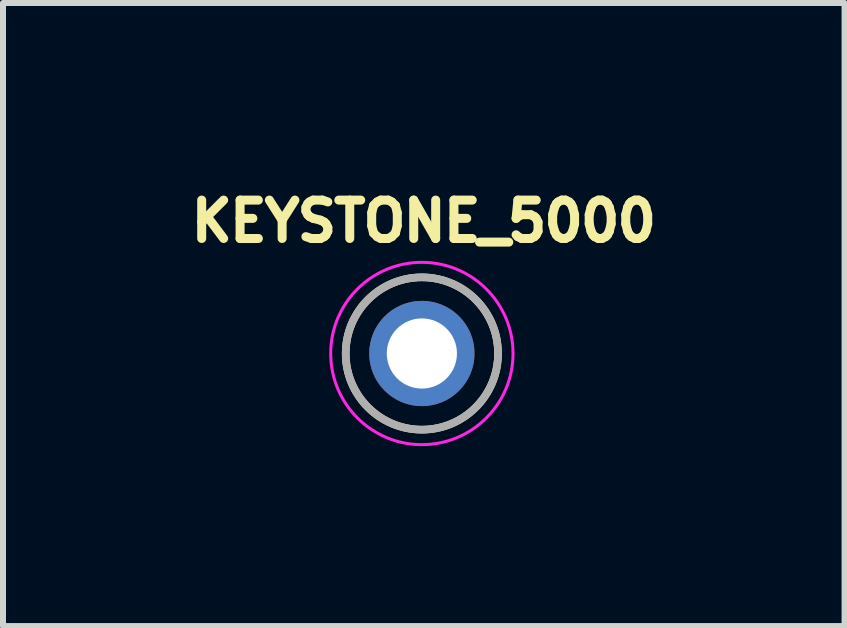
<source format=kicad_pcb>
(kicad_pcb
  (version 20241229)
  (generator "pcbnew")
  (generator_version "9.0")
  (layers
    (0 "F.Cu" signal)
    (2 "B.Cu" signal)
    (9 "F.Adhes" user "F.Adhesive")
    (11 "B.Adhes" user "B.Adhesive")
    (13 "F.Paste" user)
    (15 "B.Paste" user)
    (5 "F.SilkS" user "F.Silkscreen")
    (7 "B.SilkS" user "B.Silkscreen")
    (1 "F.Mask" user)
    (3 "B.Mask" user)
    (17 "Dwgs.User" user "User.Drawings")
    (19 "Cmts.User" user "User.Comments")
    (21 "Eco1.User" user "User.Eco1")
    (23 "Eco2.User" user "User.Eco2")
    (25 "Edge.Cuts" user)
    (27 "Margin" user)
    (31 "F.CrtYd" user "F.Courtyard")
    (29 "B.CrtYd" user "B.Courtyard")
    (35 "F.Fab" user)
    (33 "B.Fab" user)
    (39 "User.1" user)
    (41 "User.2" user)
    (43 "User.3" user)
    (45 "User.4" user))
  (footprint "KEYSTONE_5000"
    (layer "F.Cu")
    (at 3.984 2.844)
    (property "Reference" "KEYSTONE_5000" (at 0.032 -2.206 0) (layer "F.SilkS") (effects (font (size 0.64 0.64) (thickness 0.15))))
    (attr through_hole)
    (fp_circle (center 0 0) (end 1.27 0) (stroke (width 0.127) (type solid)) (fill no) (layer "F.SilkS"))
    (fp_circle (center 0 0) (end 1.52 0) (stroke (width 0.05) (type solid)) (fill no) (layer "F.CrtYd"))
    (fp_circle (center 0 0) (end 1.27 0) (stroke (width 0.127) (type solid)) (fill no) (layer "F.Fab"))
    (pad "1" thru_hole circle (at 0 0) (size 1.755 1.755) (drill 1.17) (layers "*.Cu" "*.Mask")))
  (gr_rect
    (start -3 -3)
    (end 11.032 7.389)
    (stroke (width 0.1) (type default))
    (fill no)
    (layer "Edge.Cuts")))
</source>
